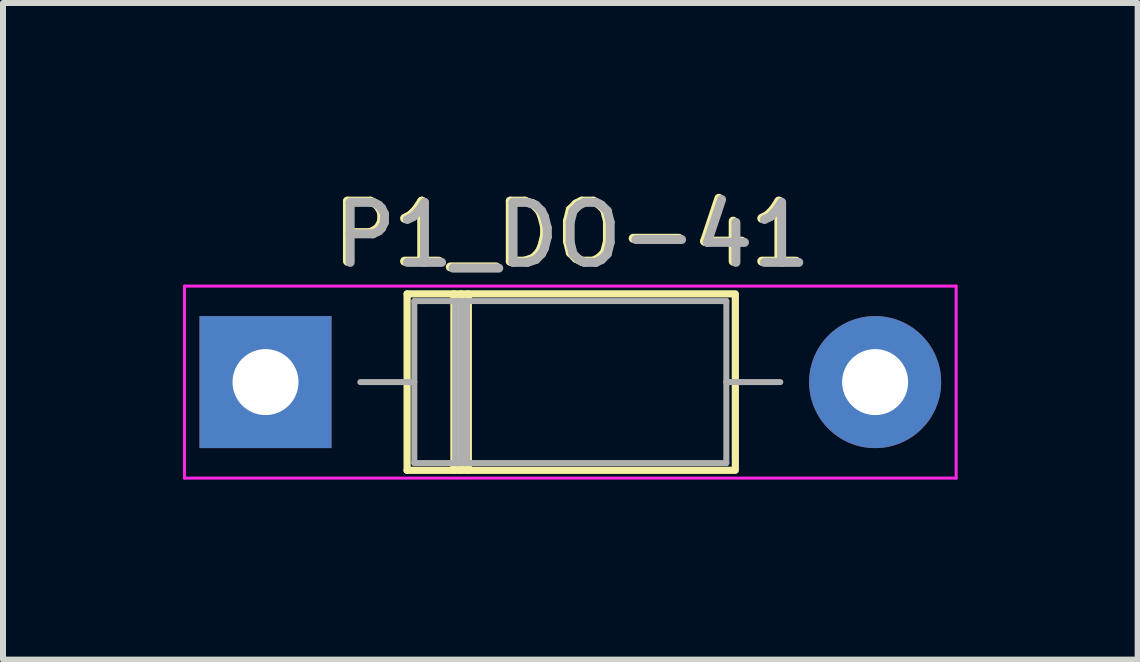
<source format=kicad_pcb>
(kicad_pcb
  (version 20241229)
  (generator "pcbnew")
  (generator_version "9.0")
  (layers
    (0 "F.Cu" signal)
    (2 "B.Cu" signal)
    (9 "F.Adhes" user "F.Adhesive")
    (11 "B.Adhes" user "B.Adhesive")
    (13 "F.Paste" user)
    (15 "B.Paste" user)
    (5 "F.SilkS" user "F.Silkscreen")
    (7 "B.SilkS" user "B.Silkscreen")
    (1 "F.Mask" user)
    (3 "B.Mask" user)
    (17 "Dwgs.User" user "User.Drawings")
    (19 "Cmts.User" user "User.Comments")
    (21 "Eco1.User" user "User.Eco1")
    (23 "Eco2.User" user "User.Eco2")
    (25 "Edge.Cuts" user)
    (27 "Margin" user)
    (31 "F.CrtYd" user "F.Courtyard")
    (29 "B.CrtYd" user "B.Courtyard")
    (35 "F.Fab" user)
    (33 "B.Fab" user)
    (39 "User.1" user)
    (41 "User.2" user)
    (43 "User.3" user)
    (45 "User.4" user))
  (footprint "P1_DO-41"
    (layer "F.Cu")
    (at 6.455 3.318)
    (property "Reference" "P1_DO-41" (at 0 -2.47 0) (layer "F.SilkS") (effects (font (size 1 1) (thickness 0.15))))
    (attr through_hole)
    (fp_line (start -2.72 -1.47) (end -2.72 1.47) (stroke (width 0.12) (type solid)) (layer "F.SilkS"))
    (fp_line (start -2.72 1.47) (end 2.72 1.47) (stroke (width 0.12) (type solid)) (layer "F.SilkS"))
    (fp_line (start -1.94 -1.47) (end -1.94 1.47) (stroke (width 0.12) (type solid)) (layer "F.SilkS"))
    (fp_line (start -1.82 -1.47) (end -1.82 1.47) (stroke (width 0.12) (type solid)) (layer "F.SilkS"))
    (fp_line (start -1.7 -1.47) (end -1.7 1.47) (stroke (width 0.12) (type solid)) (layer "F.SilkS"))
    (fp_line (start 2.72 -1.47) (end -2.72 -1.47) (stroke (width 0.12) (type solid)) (layer "F.SilkS"))
    (fp_line (start 2.75 -1.47) (end 2.75 1.47) (stroke (width 0.12) (type solid)) (layer "F.SilkS"))
    (fp_line (start -6.43 -1.6) (end -6.43 1.6) (stroke (width 0.05) (type solid)) (layer "F.CrtYd"))
    (fp_line (start -6.43 1.6) (end 6.43 1.6) (stroke (width 0.05) (type solid)) (layer "F.CrtYd"))
    (fp_line (start 6.43 -1.6) (end -6.43 -1.6) (stroke (width 0.05) (type solid)) (layer "F.CrtYd"))
    (fp_line (start 6.43 1.6) (end 6.43 -1.6) (stroke (width 0.05) (type solid)) (layer "F.CrtYd"))
    (fp_line (start -3.5 0) (end -2.6 0) (stroke (width 0.1) (type solid)) (layer "F.Fab"))
    (fp_line (start -2.6 -1.35) (end -2.6 1.35) (stroke (width 0.1) (type solid)) (layer "F.Fab"))
    (fp_line (start -2.6 1.35) (end 2.6 1.35) (stroke (width 0.1) (type solid)) (layer "F.Fab"))
    (fp_line (start -1.92 -1.35) (end -1.92 1.35) (stroke (width 0.1) (type solid)) (layer "F.Fab"))
    (fp_line (start -1.82 -1.35) (end -1.82 1.35) (stroke (width 0.1) (type solid)) (layer "F.Fab"))
    (fp_line (start -1.72 -1.35) (end -1.72 1.35) (stroke (width 0.1) (type solid)) (layer "F.Fab"))
    (fp_line (start 2.6 -1.35) (end -2.6 -1.35) (stroke (width 0.1) (type solid)) (layer "F.Fab"))
    (fp_line (start 2.6 1.35) (end 2.6 -1.35) (stroke (width 0.1) (type solid)) (layer "F.Fab"))
    (fp_line (start 3.5 0) (end 2.6 0) (stroke (width 0.1) (type solid)) (layer "F.Fab"))
    (fp_text user "${REFERENCE}" (at 0.045 -2.45 0) (layer "F.Fab") (effects (font (size 1 1) (thickness 0.15))))
    (pad "1" thru_hole rect (at -5.08 0) (size 2.2 2.2) (drill 1.1) (layers "*.Cu" "*.Mask"))
    (pad "2" thru_hole oval (at 5.08 0) (size 2.2 2.2) (drill 1.1) (layers "*.Cu" "*.Mask")))
  (gr_rect
    (start -3 -3)
    (end 15.91 7.943)
    (stroke (width 0.1) (type default))
    (fill no)
    (layer "Edge.Cuts")))
</source>
